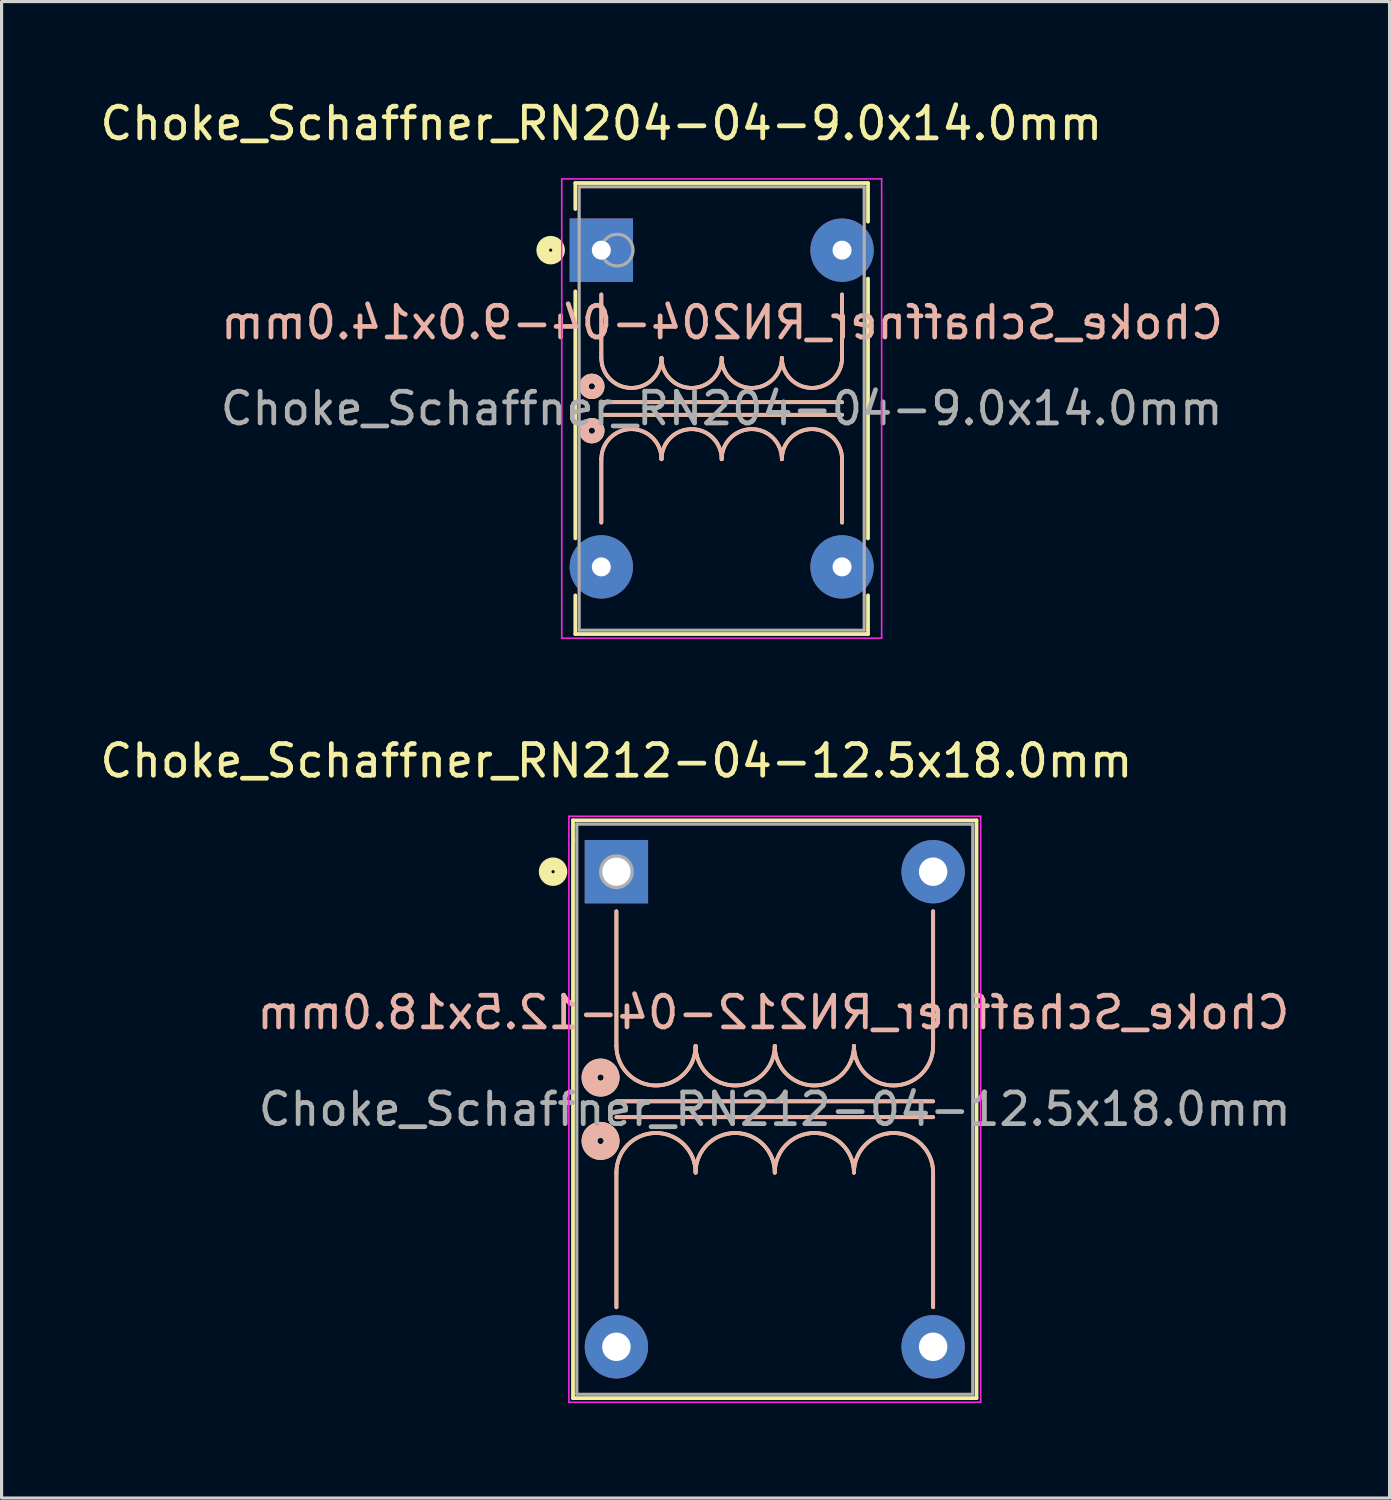
<source format=kicad_pcb>
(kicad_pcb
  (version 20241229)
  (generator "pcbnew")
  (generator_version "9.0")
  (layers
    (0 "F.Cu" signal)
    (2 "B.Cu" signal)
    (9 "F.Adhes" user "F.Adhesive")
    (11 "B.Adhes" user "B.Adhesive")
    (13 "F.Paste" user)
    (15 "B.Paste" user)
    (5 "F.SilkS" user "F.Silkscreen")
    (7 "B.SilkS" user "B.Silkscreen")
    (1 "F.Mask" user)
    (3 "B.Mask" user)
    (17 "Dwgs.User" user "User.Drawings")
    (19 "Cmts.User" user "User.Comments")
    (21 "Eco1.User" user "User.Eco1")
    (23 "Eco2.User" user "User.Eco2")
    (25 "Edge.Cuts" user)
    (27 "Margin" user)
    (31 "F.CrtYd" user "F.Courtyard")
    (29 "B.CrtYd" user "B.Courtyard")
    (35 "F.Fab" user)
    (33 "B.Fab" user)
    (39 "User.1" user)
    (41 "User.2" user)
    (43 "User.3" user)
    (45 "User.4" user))
  (footprint "Choke_Schaffner_RN212-04-12.5x18.0mm"
    (layer "F.Cu")
    (at 16.411 24.471)
    (property "Reference" "Choke_Schaffner_RN212-04-12.5x18.0mm" (at 0 -3.5 0) (layer "F.SilkS") (effects (font (size 1 1) (thickness 0.15))))
    (fp_line (start -1.37 -1.62) (end 11.37 -1.62) (stroke (width 0.12) (type solid)) (layer "F.SilkS"))
    (fp_line (start -1.37 16.62) (end -1.37 -1.62) (stroke (width 0.12) (type solid)) (layer "F.SilkS"))
    (fp_line (start 0 5.5) (end 0 1.25) (stroke (width 0.12) (type solid)) (layer "F.SilkS"))
    (fp_line (start 0 7.75) (end 10 7.75) (stroke (width 0.12) (type solid)) (layer "F.SilkS"))
    (fp_line (start 0 9.5) (end 0 13.75) (stroke (width 0.12) (type solid)) (layer "F.SilkS"))
    (fp_line (start 10 5.5) (end 10 1.25) (stroke (width 0.12) (type solid)) (layer "F.SilkS"))
    (fp_line (start 10 7.25) (end 0 7.25) (stroke (width 0.12) (type solid)) (layer "F.SilkS"))
    (fp_line (start 10 9.5) (end 10 13.75) (stroke (width 0.12) (type solid)) (layer "F.SilkS"))
    (fp_line (start 11.37 -1.62) (end 11.37 16.62) (stroke (width 0.12) (type solid)) (layer "F.SilkS"))
    (fp_line (start 11.37 16.62) (end -1.37 16.62) (stroke (width 0.12) (type solid)) (layer "F.SilkS"))
    (fp_arc (start 0 9.5) (mid 1.25 8.25) (end 2.5 9.5) (stroke (width 0.12) (type solid)) (layer "F.SilkS"))
    (fp_arc (start 2.5 5.5) (mid 1.25 6.75) (end 0 5.5) (stroke (width 0.12) (type solid)) (layer "F.SilkS"))
    (fp_arc (start 2.5 9.5) (mid 3.75 8.25) (end 5 9.5) (stroke (width 0.12) (type solid)) (layer "F.SilkS"))
    (fp_arc (start 5 5.5) (mid 3.75 6.75) (end 2.5 5.5) (stroke (width 0.12) (type solid)) (layer "F.SilkS"))
    (fp_arc (start 5 9.5) (mid 6.25 8.25) (end 7.5 9.5) (stroke (width 0.12) (type solid)) (layer "F.SilkS"))
    (fp_arc (start 7.5 5.5) (mid 6.25 6.75) (end 5 5.5) (stroke (width 0.12) (type solid)) (layer "F.SilkS"))
    (fp_arc (start 7.5 9.5) (mid 8.75 8.25) (end 10 9.5) (stroke (width 0.12) (type solid)) (layer "F.SilkS"))
    (fp_arc (start 10 5.5) (mid 8.75 6.75) (end 7.5 5.5) (stroke (width 0.12) (type solid)) (layer "F.SilkS"))
    (fp_circle (center -2 0) (end -1.95 0) (stroke (width 0.4) (type solid)) (fill no) (layer "F.SilkS"))
    (fp_circle (center -0.5 6.5) (end -0.4 6.5) (stroke (width 0.5) (type solid)) (fill no) (layer "F.SilkS"))
    (fp_circle (center -0.5 8.5) (end -0.4 8.5) (stroke (width 0.5) (type solid)) (fill no) (layer "F.SilkS"))
    (fp_line (start 0 5.5) (end 0 1.25) (stroke (width 0.12) (type solid)) (layer "B.SilkS"))
    (fp_line (start 0 7.25) (end 10 7.25) (stroke (width 0.12) (type solid)) (layer "B.SilkS"))
    (fp_line (start 0 9.5) (end 0 13.75) (stroke (width 0.12) (type solid)) (layer "B.SilkS"))
    (fp_line (start 10 5.5) (end 10 1.25) (stroke (width 0.12) (type solid)) (layer "B.SilkS"))
    (fp_line (start 10 7.75) (end 0 7.75) (stroke (width 0.12) (type solid)) (layer "B.SilkS"))
    (fp_line (start 10 9.5) (end 10 13.75) (stroke (width 0.12) (type solid)) (layer "B.SilkS"))
    (fp_arc (start 0 9.5) (mid 1.25 8.25) (end 2.5 9.5) (stroke (width 0.12) (type solid)) (layer "B.SilkS"))
    (fp_arc (start 2.5 5.5) (mid 1.25 6.75) (end 0 5.5) (stroke (width 0.12) (type solid)) (layer "B.SilkS"))
    (fp_arc (start 2.5 9.5) (mid 3.75 8.25) (end 5 9.5) (stroke (width 0.12) (type solid)) (layer "B.SilkS"))
    (fp_arc (start 5 5.5) (mid 3.75 6.75) (end 2.5 5.5) (stroke (width 0.12) (type solid)) (layer "B.SilkS"))
    (fp_arc (start 5 9.5) (mid 6.25 8.25) (end 7.5 9.5) (stroke (width 0.12) (type solid)) (layer "B.SilkS"))
    (fp_arc (start 7.5 5.5) (mid 6.25 6.75) (end 5 5.5) (stroke (width 0.12) (type solid)) (layer "B.SilkS"))
    (fp_arc (start 7.5 9.5) (mid 8.75 8.25) (end 10 9.5) (stroke (width 0.12) (type solid)) (layer "B.SilkS"))
    (fp_arc (start 10 5.5) (mid 8.75 6.75) (end 7.5 5.5) (stroke (width 0.12) (type solid)) (layer "B.SilkS"))
    (fp_circle (center -0.5 6.5) (end -0.4 6.5) (stroke (width 0.5) (type solid)) (fill no) (layer "B.SilkS"))
    (fp_circle (center -0.5 8.5) (end -0.4 8.5) (stroke (width 0.5) (type solid)) (fill no) (layer "B.SilkS"))
    (fp_line (start -1.5 -1.75) (end -1.5 16.75) (stroke (width 0.05) (type solid)) (layer "F.CrtYd"))
    (fp_line (start -1.5 16.75) (end 11.5 16.75) (stroke (width 0.05) (type solid)) (layer "F.CrtYd"))
    (fp_line (start 11.5 -1.75) (end -1.5 -1.75) (stroke (width 0.05) (type solid)) (layer "F.CrtYd"))
    (fp_line (start 11.5 16.75) (end 11.5 -1.75) (stroke (width 0.05) (type solid)) (layer "F.CrtYd"))
    (fp_line (start -1.25 -1.5) (end 11.25 -1.5) (stroke (width 0.1) (type solid)) (layer "F.Fab"))
    (fp_line (start -1.25 -1) (end -1.25 -1.5) (stroke (width 0.1) (type solid)) (layer "F.Fab"))
    (fp_line (start -1.25 16.5) (end -1.25 -1) (stroke (width 0.1) (type solid)) (layer "F.Fab"))
    (fp_line (start 11.25 -1.5) (end 11.25 16.5) (stroke (width 0.1) (type solid)) (layer "F.Fab"))
    (fp_line (start 11.25 16.5) (end -1.25 16.5) (stroke (width 0.1) (type solid)) (layer "F.Fab"))
    (fp_circle (center 0 0) (end 0.5 0) (stroke (width 0.1) (type solid)) (fill no) (layer "F.Fab"))
    (fp_text user "${REFERENCE}" (at 4.953 4.445 0) (layer "B.SilkS") (effects (font (size 1 1) (thickness 0.15)) (justify mirror)))
    (fp_text user "${REFERENCE}" (at 5 7.5 0) (layer "F.Fab") (effects (font (size 1 1) (thickness 0.15))))
    (pad "1" thru_hole rect (at 0 0) (size 2 2) (drill 0.9) (layers "*.Cu" "*.Mask"))
    (pad "2" thru_hole circle (at 10 0) (size 2 2) (drill 0.9) (layers "*.Cu" "*.Mask"))
    (pad "3" thru_hole circle (at 0 15) (size 2 2) (drill 0.9) (layers "*.Cu" "*.Mask"))
    (pad "4" thru_hole circle (at 10 15) (size 2 2) (drill 0.9) (layers "*.Cu" "*.Mask")))
  (footprint "Choke_Schaffner_RN204-04-9.0x14.0mm"
    (layer "F.Cu")
    (at 15.935 4.848)
    (property "Reference" "Choke_Schaffner_RN204-04-9.0x14.0mm" (at 0 -4 0) (layer "F.SilkS") (effects (font (size 1 1) (thickness 0.15))))
    (fp_line (start -0.82 -2.12) (end -0.82 -1.3) (stroke (width 0.12) (type solid)) (layer "F.SilkS"))
    (fp_line (start -0.82 -2.12) (end 8.42 -2.12) (stroke (width 0.12) (type solid)) (layer "F.SilkS"))
    (fp_line (start -0.82 1.3) (end -0.82 9.1) (stroke (width 0.12) (type solid)) (layer "F.SilkS"))
    (fp_line (start -0.82 10.9) (end -0.82 12.12) (stroke (width 0.12) (type solid)) (layer "F.SilkS"))
    (fp_line (start 0 1.4) (end 0 3.4) (stroke (width 0.12) (type solid)) (layer "F.SilkS"))
    (fp_line (start 0 5.2) (end 7.6 5.2) (stroke (width 0.12) (type solid)) (layer "F.SilkS"))
    (fp_line (start 0 6.6) (end 0 8.6) (stroke (width 0.12) (type solid)) (layer "F.SilkS"))
    (fp_line (start 7.6 3.4) (end 7.6 1.4) (stroke (width 0.12) (type solid)) (layer "F.SilkS"))
    (fp_line (start 7.6 4.8) (end 0 4.8) (stroke (width 0.12) (type solid)) (layer "F.SilkS"))
    (fp_line (start 7.6 8.6) (end 7.6 6.6) (stroke (width 0.12) (type solid)) (layer "F.SilkS"))
    (fp_line (start 8.42 -2.12) (end 8.42 -0.9) (stroke (width 0.12) (type solid)) (layer "F.SilkS"))
    (fp_line (start 8.42 0.9) (end 8.42 9.1) (stroke (width 0.12) (type solid)) (layer "F.SilkS"))
    (fp_line (start 8.42 10.9) (end 8.42 12.12) (stroke (width 0.12) (type solid)) (layer "F.SilkS"))
    (fp_line (start 8.42 12.12) (end -0.82 12.12) (stroke (width 0.12) (type solid)) (layer "F.SilkS"))
    (fp_arc (start 0 6.6) (mid 0.95 5.65) (end 1.9 6.6) (stroke (width 0.12) (type solid)) (layer "F.SilkS"))
    (fp_arc (start 1.9 3.4) (mid 0.95 4.35) (end 0 3.4) (stroke (width 0.12) (type solid)) (layer "F.SilkS"))
    (fp_arc (start 1.9 6.6) (mid 2.85 5.65) (end 3.8 6.6) (stroke (width 0.12) (type solid)) (layer "F.SilkS"))
    (fp_arc (start 3.8 3.4) (mid 2.85 4.35) (end 1.9 3.4) (stroke (width 0.12) (type solid)) (layer "F.SilkS"))
    (fp_arc (start 3.8 6.6) (mid 4.75 5.65) (end 5.7 6.6) (stroke (width 0.12) (type solid)) (layer "F.SilkS"))
    (fp_arc (start 5.7 3.4) (mid 4.75 4.35) (end 3.8 3.4) (stroke (width 0.12) (type solid)) (layer "F.SilkS"))
    (fp_arc (start 5.7 6.6) (mid 6.65 5.65) (end 7.6 6.6) (stroke (width 0.12) (type solid)) (layer "F.SilkS"))
    (fp_arc (start 7.6 3.4) (mid 6.65 4.35) (end 5.7 3.4) (stroke (width 0.12) (type solid)) (layer "F.SilkS"))
    (fp_circle (center -1.6 0) (end -1.55 0) (stroke (width 0.4) (type solid)) (fill no) (layer "F.SilkS"))
    (fp_circle (center -0.3 4.3) (end -0.2 4.3) (stroke (width 0.3) (type solid)) (fill no) (layer "F.SilkS"))
    (fp_circle (center -0.3 5.7) (end -0.4 5.7) (stroke (width 0.3) (type solid)) (fill no) (layer "F.SilkS"))
    (fp_line (start 0 3.4) (end 0 1.4) (stroke (width 0.12) (type solid)) (layer "B.SilkS"))
    (fp_line (start 0 4.8) (end 7.6 4.8) (stroke (width 0.12) (type solid)) (layer "B.SilkS"))
    (fp_line (start 0 8.6) (end 0 6.6) (stroke (width 0.12) (type solid)) (layer "B.SilkS"))
    (fp_line (start 7.6 1.4) (end 7.6 3.4) (stroke (width 0.12) (type solid)) (layer "B.SilkS"))
    (fp_line (start 7.6 5.2) (end 0 5.2) (stroke (width 0.12) (type solid)) (layer "B.SilkS"))
    (fp_line (start 7.6 6.6) (end 7.6 8.6) (stroke (width 0.12) (type solid)) (layer "B.SilkS"))
    (fp_arc (start 0 6.6) (mid 0.95 5.65) (end 1.9 6.6) (stroke (width 0.12) (type solid)) (layer "B.SilkS"))
    (fp_arc (start 1.9 3.4) (mid 0.95 4.35) (end 0 3.4) (stroke (width 0.12) (type solid)) (layer "B.SilkS"))
    (fp_arc (start 1.9 6.6) (mid 2.85 5.65) (end 3.8 6.6) (stroke (width 0.12) (type solid)) (layer "B.SilkS"))
    (fp_arc (start 3.8 3.4) (mid 2.85 4.35) (end 1.9 3.4) (stroke (width 0.12) (type solid)) (layer "B.SilkS"))
    (fp_arc (start 3.8 6.6) (mid 4.75 5.65) (end 5.7 6.6) (stroke (width 0.12) (type solid)) (layer "B.SilkS"))
    (fp_arc (start 5.7 3.4) (mid 4.75 4.35) (end 3.8 3.4) (stroke (width 0.12) (type solid)) (layer "B.SilkS"))
    (fp_arc (start 5.7 6.6) (mid 6.65 5.65) (end 7.6 6.6) (stroke (width 0.12) (type solid)) (layer "B.SilkS"))
    (fp_arc (start 7.6 3.4) (mid 6.65 4.35) (end 5.7 3.4) (stroke (width 0.12) (type solid)) (layer "B.SilkS"))
    (fp_circle (center -0.3 4.3) (end -0.4 4.3) (stroke (width 0.3) (type solid)) (fill no) (layer "B.SilkS"))
    (fp_circle (center -0.3 5.7) (end -0.2 5.7) (stroke (width 0.3) (type solid)) (fill no) (layer "B.SilkS"))
    (fp_line (start -1.25 -2.25) (end -1.25 12.25) (stroke (width 0.05) (type solid)) (layer "F.CrtYd"))
    (fp_line (start -1.25 12.25) (end 8.85 12.25) (stroke (width 0.05) (type solid)) (layer "F.CrtYd"))
    (fp_line (start 8.85 -2.25) (end -1.25 -2.25) (stroke (width 0.05) (type solid)) (layer "F.CrtYd"))
    (fp_line (start 8.85 12.25) (end 8.85 -2.25) (stroke (width 0.05) (type solid)) (layer "F.CrtYd"))
    (fp_line (start -0.7 -2) (end 8.3 -2) (stroke (width 0.1) (type solid)) (layer "F.Fab"))
    (fp_line (start -0.7 -1) (end -0.7 -2) (stroke (width 0.1) (type solid)) (layer "F.Fab"))
    (fp_line (start -0.7 12) (end -0.7 -1) (stroke (width 0.1) (type solid)) (layer "F.Fab"))
    (fp_line (start 8.3 -2) (end 8.3 12) (stroke (width 0.1) (type solid)) (layer "F.Fab"))
    (fp_line (start 8.3 12) (end -0.7 12) (stroke (width 0.1) (type solid)) (layer "F.Fab"))
    (fp_circle (center 0.5 0) (end 1 0) (stroke (width 0.1) (type solid)) (fill no) (layer "F.Fab"))
    (fp_text user "${REFERENCE}" (at 3.81 2.286 0) (layer "B.SilkS") (effects (font (size 1 1) (thickness 0.15)) (justify mirror)))
    (fp_text user "${REFERENCE}" (at 3.8 5 0) (layer "F.Fab") (effects (font (size 1 1) (thickness 0.15))))
    (pad "1" thru_hole rect (at 0 0) (size 2 2) (drill 0.6) (layers "*.Cu" "*.Mask"))
    (pad "2" thru_hole circle (at 7.6 0) (size 2 2) (drill 0.6) (layers "*.Cu" "*.Mask"))
    (pad "3" thru_hole circle (at 0 10) (size 2 2) (drill 0.6) (layers "*.Cu" "*.Mask"))
    (pad "4" thru_hole circle (at 7.6 10) (size 2 2) (drill 0.6) (layers "*.Cu" "*.Mask")))
  (gr_rect
    (start -3 -3)
    (end 40.821 44.246)
    (stroke (width 0.1) (type default))
    (fill no)
    (layer "Edge.Cuts")))
</source>
